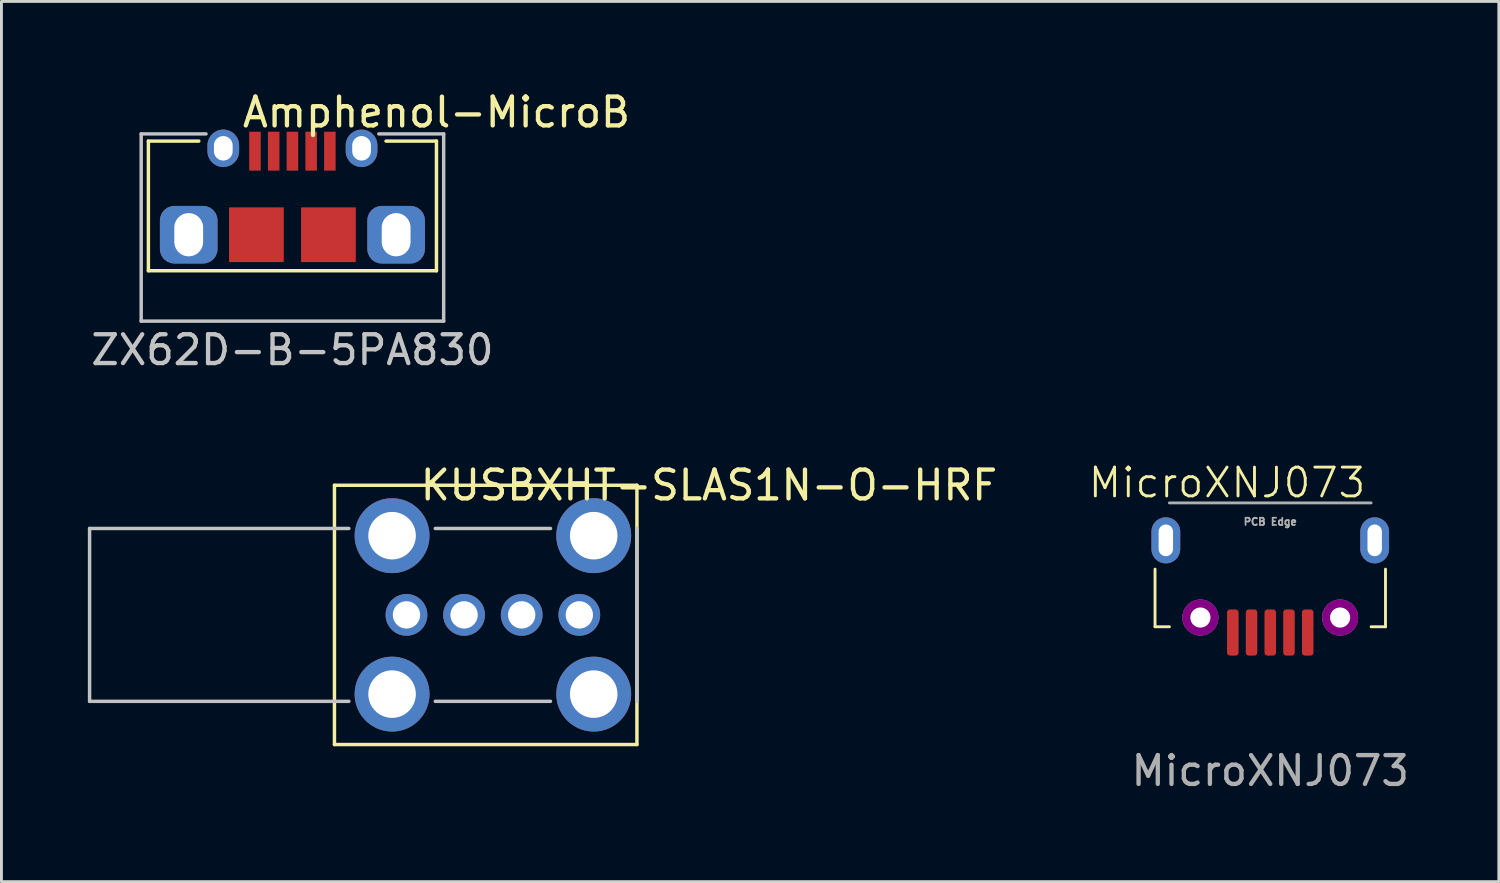
<source format=kicad_pcb>
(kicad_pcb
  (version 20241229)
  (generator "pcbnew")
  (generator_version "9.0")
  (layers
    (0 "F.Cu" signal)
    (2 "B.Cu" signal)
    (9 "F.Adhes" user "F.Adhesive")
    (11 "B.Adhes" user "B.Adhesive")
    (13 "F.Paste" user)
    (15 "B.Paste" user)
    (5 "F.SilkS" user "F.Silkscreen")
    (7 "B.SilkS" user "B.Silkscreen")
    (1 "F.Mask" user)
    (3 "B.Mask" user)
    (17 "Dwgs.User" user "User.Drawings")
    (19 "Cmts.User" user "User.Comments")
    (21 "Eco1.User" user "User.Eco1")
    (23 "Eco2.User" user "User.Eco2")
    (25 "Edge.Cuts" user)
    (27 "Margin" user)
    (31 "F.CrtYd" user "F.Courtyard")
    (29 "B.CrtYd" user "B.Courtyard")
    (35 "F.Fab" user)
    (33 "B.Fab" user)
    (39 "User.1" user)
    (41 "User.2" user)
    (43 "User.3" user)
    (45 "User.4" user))
  (footprint "Amphenol-MicroB"
    (layer "F.Cu")
    (at 7.101 5.098)
    (property "Reference" "Amphenol-MicroB" (at 5 -4.25 0) (layer "F.SilkS") (effects (font (size 1 1) (thickness 0.15))))
    (attr through_hole)
    (fp_line (start -5 -3.25) (end -3.25 -3.25) (stroke (width 0.12) (type solid)) (layer "F.SilkS"))
    (fp_line (start -5 1.25) (end -5 -3.25) (stroke (width 0.12) (type solid)) (layer "F.SilkS"))
    (fp_line (start 3.25 -3.25) (end 5 -3.25) (stroke (width 0.12) (type solid)) (layer "F.SilkS"))
    (fp_line (start 5 -3.25) (end 5 1.25) (stroke (width 0.12) (type solid)) (layer "F.SilkS"))
    (fp_line (start 5 1.25) (end -5 1.25) (stroke (width 0.12) (type solid)) (layer "F.SilkS"))
    (fp_line (start -5.25 -3.5) (end -3 -3.5) (stroke (width 0.12) (type solid)) (layer "Dwgs.User"))
    (fp_line (start -5.25 3) (end -5.25 -3.5) (stroke (width 0.12) (type solid)) (layer "Dwgs.User"))
    (fp_line (start 3 -3.5) (end 5.25 -3.5) (stroke (width 0.12) (type solid)) (layer "Dwgs.User"))
    (fp_line (start 5.25 -3.5) (end 5.25 3) (stroke (width 0.12) (type solid)) (layer "Dwgs.User"))
    (fp_line (start 5.25 3) (end -5.25 3) (stroke (width 0.12) (type solid)) (layer "Dwgs.User"))
    (fp_text user "ZX62D-B-5PA830" (at 0 4 0) (layer "Dwgs.User") (effects (font (size 1 1) (thickness 0.15))))
    (pad "1" smd rect (at -1.3 -2.9) (size 0.4 1.35) (layers "F.Cu" "F.Mask" "F.Paste"))
    (pad "2" smd rect (at -0.65 -2.9) (size 0.4 1.35) (layers "F.Cu" "F.Mask" "F.Paste"))
    (pad "3" smd rect (at 0 -2.9) (size 0.4 1.35) (layers "F.Cu" "F.Mask" "F.Paste"))
    (pad "4" smd rect (at 0.65 -2.9) (size 0.4 1.35) (layers "F.Cu" "F.Mask" "F.Paste"))
    (pad "5" thru_hole roundrect (at -3.6 0) (size 2 2) (drill oval 1 1.5) (layers "*.Cu" "*.Mask") (roundrect_rratio 0.25))
    (pad "5" thru_hole oval (at -2.4 -3) (size 1.1 1.3) (drill oval 0.65 0.85) (layers "*.Cu" "*.Mask"))
    (pad "5" smd rect (at -1.25 0) (size 1.9 1.9) (layers "F.Cu" "F.Mask" "F.Paste"))
    (pad "5" smd rect (at 1.25 0) (size 1.9 1.9) (layers "F.Cu" "F.Mask" "F.Paste"))
    (pad "5" smd rect (at 1.3 -2.9) (size 0.4 1.35) (layers "F.Cu" "F.Mask" "F.Paste"))
    (pad "5" thru_hole oval (at 2.4 -3) (size 1.1 1.3) (drill oval 0.65 0.85) (layers "*.Cu" "*.Mask"))
    (pad "5" thru_hole roundrect (at 3.6 0) (size 2 2) (drill oval 1 1.5) (layers "*.Cu" "*.Mask") (roundrect_rratio 0.25)))
  (footprint "KUSBXHT-SLAS1N-O-HRF"
    (layer "F.Cu")
    (at 14.06 18.295)
    (property "Reference" "KUSBXHT-SLAS1N-O-HRF" (at 7.5 -4.5 0) (layer "F.SilkS") (effects (font (size 1 1) (thickness 0.15))))
    (attr through_hole)
    (fp_line (start -5.5 -4.5) (end 5 -4.5) (stroke (width 0.12) (type solid)) (layer "F.SilkS"))
    (fp_line (start -5.5 4.5) (end -5.5 -4.5) (stroke (width 0.12) (type solid)) (layer "F.SilkS"))
    (fp_line (start 5 -4.5) (end 5 4.5) (stroke (width 0.12) (type solid)) (layer "F.SilkS"))
    (fp_line (start 5 4.5) (end -5.5 4.5) (stroke (width 0.12) (type solid)) (layer "F.SilkS"))
    (fp_line (start -14 3) (end -14 -3) (stroke (width 0.12) (type solid)) (layer "Dwgs.User"))
    (fp_line (start -14 3) (end -5 3) (stroke (width 0.12) (type solid)) (layer "Dwgs.User"))
    (fp_line (start -5 -3) (end -14 -3) (stroke (width 0.12) (type solid)) (layer "Dwgs.User"))
    (fp_line (start -2 -3) (end 2 -3) (stroke (width 0.12) (type solid)) (layer "Dwgs.User"))
    (fp_line (start -2 3) (end 2 3) (stroke (width 0.12) (type solid)) (layer "Dwgs.User"))
    (fp_line (start 5 -3) (end 5 3) (stroke (width 0.12) (type solid)) (layer "Dwgs.User"))
    (pad "1" thru_hole circle (at -3 0) (size 1.45 1.45) (drill 0.95) (layers "*.Cu" "*.Mask"))
    (pad "2" thru_hole circle (at -1 0) (size 1.45 1.45) (drill 0.95) (layers "*.Cu" "*.Mask"))
    (pad "3" thru_hole circle (at 1 0) (size 1.45 1.45) (drill 0.95) (layers "*.Cu" "*.Mask"))
    (pad "GND" thru_hole circle (at -3.5 -2.75) (size 2.6 2.6) (drill 1.65) (layers "*.Cu" "*.Mask"))
    (pad "GND" thru_hole circle (at -3.5 2.75) (size 2.6 2.6) (drill 1.65) (layers "*.Cu" "*.Mask"))
    (pad "GND" thru_hole circle (at 3 0) (size 1.45 1.45) (drill 0.95) (layers "*.Cu" "*.Mask"))
    (pad "GND" thru_hole circle (at 3.5 -2.75) (size 2.6 2.6) (drill 1.65) (layers "*.Cu" "*.Mask"))
    (pad "GND" thru_hole circle (at 3.5 2.75) (size 2.6 2.6) (drill 1.65) (layers "*.Cu" "*.Mask")))
  (footprint "MicroXNJ073"
    (layer "F.Cu")
    (at 41.045 19.707)
    (property "Reference" "MicroXNJ073" (at -1.5 -6 0) (unlocked yes) (layer "F.SilkS") (effects (font (size 1 1) (thickness 0.1))))
    (attr smd)
    (fp_line (start -4 -3) (end -4 -1) (stroke (width 0.1) (type default)) (layer "F.SilkS"))
    (fp_line (start -4 -1) (end -3.5 -1) (stroke (width 0.1) (type default)) (layer "F.SilkS"))
    (fp_line (start 3.5 -1) (end 4 -1) (stroke (width 0.1) (type default)) (layer "F.SilkS"))
    (fp_line (start 4 -1) (end 4 -3) (stroke (width 0.1) (type default)) (layer "F.SilkS"))
    (fp_line (start -3.5 -5.3) (end 3.5 -5.3) (stroke (width 0.1) (type default)) (layer "F.Fab"))
    (fp_text user "${REFERENCE}" (at 0 4 0) (unlocked yes) (layer "F.Fab") (effects (font (size 1 1) (thickness 0.15))))
    (fp_text user "PCB Edge" (at 0 -4.5 0) (unlocked yes) (layer "F.Fab") (effects (font (size 0.25 0.25) (thickness 0.06) (bold yes)) (justify bottom)))
    (pad "1" smd roundrect (at 1.3 -0.8) (size 0.4 1.6) (layers "F.Cu" "F.Mask" "F.Paste") (roundrect_rratio 0.25))
    (pad "2" smd roundrect (at 0.65 -0.8) (size 0.4 1.6) (layers "F.Cu" "F.Mask" "F.Paste") (roundrect_rratio 0.25))
    (pad "3" smd roundrect (at 0 -0.8) (size 0.4 1.6) (layers "F.Cu" "F.Mask" "F.Paste") (roundrect_rratio 0.25))
    (pad "4" smd roundrect (at -0.65 -0.8) (size 0.4 1.6) (layers "F.Cu" "F.Mask" "F.Paste") (roundrect_rratio 0.25))
    (pad "5" smd roundrect (at -1.3 -0.8) (size 0.4 1.6) (layers "F.Cu" "F.Mask" "F.Paste") (roundrect_rratio 0.25))
    (pad "6" thru_hole oval (at -3.625 -4) (size 1 1.6) (drill oval 0.5 1.1) (layers "*.Cu" "*.Mask"))
    (pad "6" thru_hole circle (at -2.425 -1.32) (size 1.25 1.25) (drill 0.7) (layers "*.Cu" "*.Adhes" "*.Mask"))
    (pad "6" thru_hole circle (at 2.425 -1.32) (size 1.25 1.25) (drill 0.7) (layers "*.Cu" "*.Adhes" "*.Mask"))
    (pad "6" thru_hole oval (at 3.625 -4) (size 1 1.6) (drill oval 0.5 1.1) (layers "*.Cu" "*.Mask")))
  (gr_rect
    (start -3 -3)
    (end 48.979 27.555)
    (stroke (width 0.1) (type default))
    (fill no)
    (layer "Edge.Cuts")))
</source>
